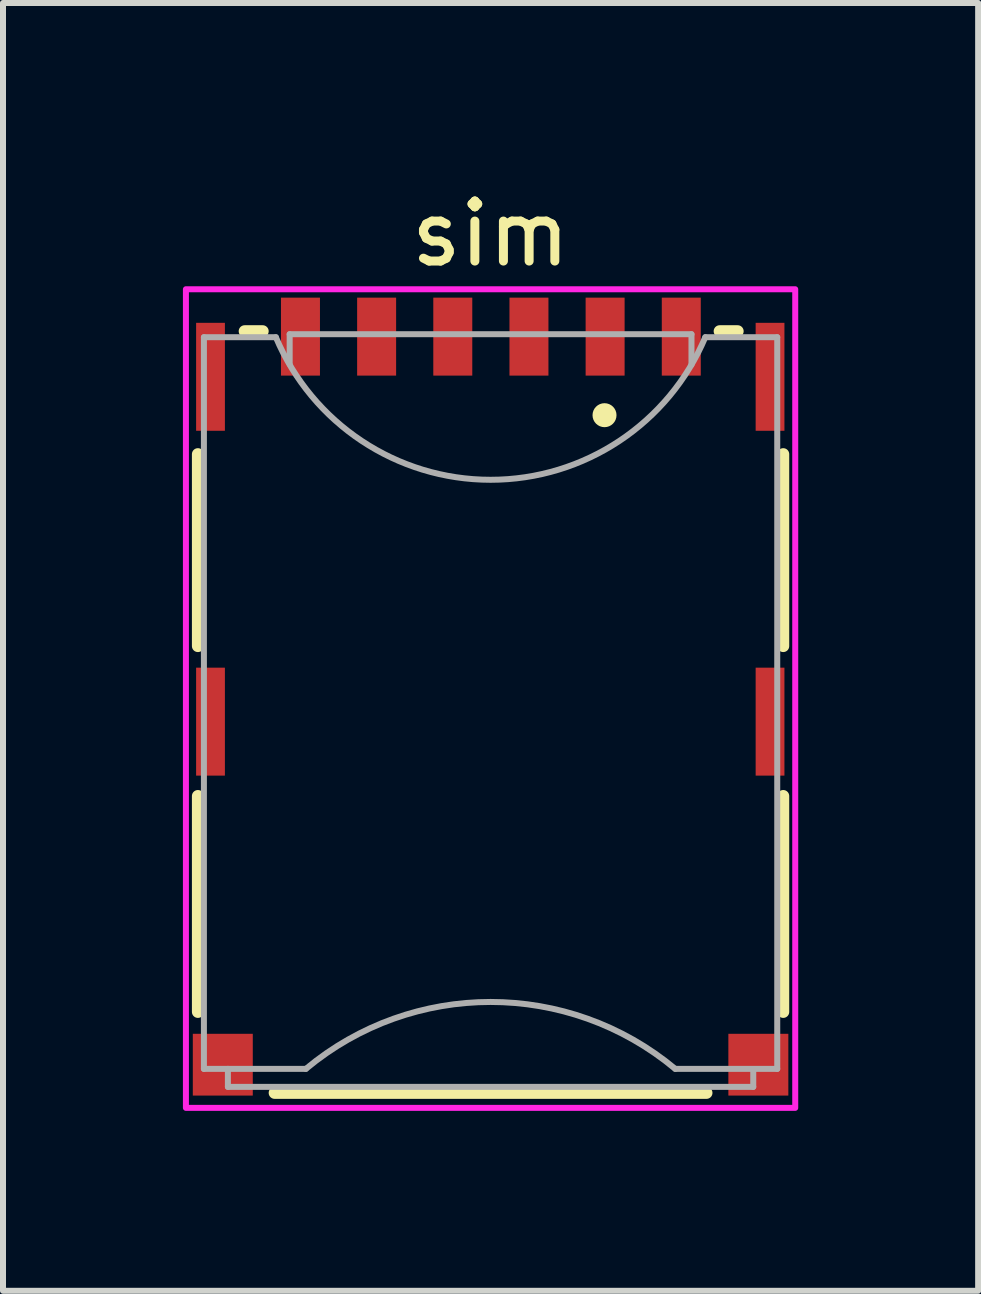
<source format=kicad_pcb>
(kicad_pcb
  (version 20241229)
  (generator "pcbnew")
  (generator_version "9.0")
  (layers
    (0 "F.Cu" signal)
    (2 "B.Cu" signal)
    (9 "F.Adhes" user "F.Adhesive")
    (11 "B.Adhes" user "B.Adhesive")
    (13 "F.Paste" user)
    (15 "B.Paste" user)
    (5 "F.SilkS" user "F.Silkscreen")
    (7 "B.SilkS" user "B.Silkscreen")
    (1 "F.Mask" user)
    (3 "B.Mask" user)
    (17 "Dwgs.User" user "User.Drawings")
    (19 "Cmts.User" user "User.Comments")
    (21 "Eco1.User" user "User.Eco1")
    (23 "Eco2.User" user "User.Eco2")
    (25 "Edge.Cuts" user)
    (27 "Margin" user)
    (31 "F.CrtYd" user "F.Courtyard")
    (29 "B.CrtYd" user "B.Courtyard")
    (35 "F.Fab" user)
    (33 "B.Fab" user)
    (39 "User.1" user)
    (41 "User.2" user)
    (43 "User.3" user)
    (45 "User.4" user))
  (footprint "sim"
    (layer "F.Cu")
    (at 5.13 8.983)
    (property "Reference" "sim" (at 0 -8.135 0) (layer "F.SilkS") (effects (font (size 1 1) (thickness 0.15))))
    (attr smd)
    (fp_line (start -4.88 -4.46) (end -4.88 -1.26) (stroke (width 0.2) (type solid)) (layer "F.SilkS"))
    (fp_line (start -4.88 1.24) (end -4.88 4.84) (stroke (width 0.2) (type solid)) (layer "F.SilkS"))
    (fp_line (start -4.1 -6.51) (end -3.8 -6.51) (stroke (width 0.2) (type solid)) (layer "F.SilkS"))
    (fp_line (start -3.6 6.19) (end 3.6 6.19) (stroke (width 0.2) (type solid)) (layer "F.SilkS"))
    (fp_line (start 3.82 -6.51) (end 4.12 -6.51) (stroke (width 0.2) (type solid)) (layer "F.SilkS"))
    (fp_line (start 4.88 -1.26) (end 4.88 -4.46) (stroke (width 0.2) (type solid)) (layer "F.SilkS"))
    (fp_line (start 4.88 4.84) (end 4.88 1.24) (stroke (width 0.2) (type solid)) (layer "F.SilkS"))
    (fp_circle (center 1.9 -5.11) (end 2 -5.11) (stroke (width 0.2) (type solid)) (fill no) (layer "F.SilkS"))
    (fp_poly (pts (xy -5.08 -7.21) (xy 5.08 -7.21) (xy 5.08 6.44) (xy -5.08 6.44)) (stroke (width 0.1) (type solid)) (fill no) (layer "F.CrtYd"))
    (fp_line (start -4.78 -6.41) (end -3.58 -6.41) (stroke (width 0.1) (type solid)) (layer "F.Fab"))
    (fp_line (start -4.78 5.79) (end -4.78 -6.41) (stroke (width 0.1) (type solid)) (layer "F.Fab"))
    (fp_line (start -4.78 5.79) (end -4.38 5.79) (stroke (width 0.1) (type solid)) (layer "F.Fab"))
    (fp_line (start -4.38 5.79) (end -4.38 6.09) (stroke (width 0.1) (type solid)) (layer "F.Fab"))
    (fp_line (start -4.38 5.79) (end -3.08 5.79) (stroke (width 0.1) (type solid)) (layer "F.Fab"))
    (fp_line (start -3.35 -6.46) (end 3.35 -6.46) (stroke (width 0.1) (type solid)) (layer "F.Fab"))
    (fp_line (start -3.35 -5.96) (end -3.35 -6.46) (stroke (width 0.1) (type solid)) (layer "F.Fab"))
    (fp_line (start 3.35 -6.46) (end 3.35 -5.95) (stroke (width 0.1) (type solid)) (layer "F.Fab"))
    (fp_line (start 4.38 5.8) (end 4.38 6.09) (stroke (width 0.1) (type solid)) (layer "F.Fab"))
    (fp_line (start 4.38 6.09) (end -4.38 6.09) (stroke (width 0.1) (type solid)) (layer "F.Fab"))
    (fp_line (start 4.78 -6.41) (end 3.58 -6.41) (stroke (width 0.1) (type solid)) (layer "F.Fab"))
    (fp_line (start 4.78 -6.41) (end 4.78 5.79) (stroke (width 0.1) (type solid)) (layer "F.Fab"))
    (fp_line (start 4.78 5.79) (end 3.08 5.79) (stroke (width 0.1) (type solid)) (layer "F.Fab"))
    (fp_arc (start -3.08 5.79) (mid 0 4.67397) (end 3.08 5.79) (stroke (width 0.1) (type solid)) (layer "F.Fab"))
    (fp_arc (start 3.58 -6.41) (mid 0 -4.032806) (end -3.58 -6.409999) (stroke (width 0.1) (type solid)) (layer "F.Fab"))
    (pad "C1" smd rect (at 1.91 -6.42) (size 0.65 1.3) (layers "F.Cu" "F.Mask" "F.Paste"))
    (pad "C2" smd rect (at -0.63 -6.42) (size 0.65 1.3) (layers "F.Cu" "F.Mask" "F.Paste"))
    (pad "C3" smd rect (at -1.9 -6.42) (size 0.65 1.3) (layers "F.Cu" "F.Mask" "F.Paste"))
    (pad "C5" smd rect (at 3.18 -6.42) (size 0.65 1.3) (layers "F.Cu" "F.Mask" "F.Paste"))
    (pad "C6" smd rect (at 0.64 -6.42) (size 0.65 1.3) (layers "F.Cu" "F.Mask" "F.Paste"))
    (pad "C7" smd rect (at -3.17 -6.42) (size 0.65 1.3) (layers "F.Cu" "F.Mask" "F.Paste"))
    (pad "S1" smd rect (at 4.465 5.72) (size 1 1.03) (layers "F.Cu" "F.Mask" "F.Paste"))
    (pad "S2" smd rect (at 4.66 0) (size 0.48 1.8) (layers "F.Cu" "F.Mask" "F.Paste"))
    (pad "S3" smd rect (at 4.66 -5.75) (size 0.48 1.8) (layers "F.Cu" "F.Mask" "F.Paste"))
    (pad "S4" smd rect (at -4.67 -5.75) (size 0.48 1.8) (layers "F.Cu" "F.Mask" "F.Paste"))
    (pad "S5" smd rect (at -4.67 0) (size 0.48 1.8) (layers "F.Cu" "F.Mask" "F.Paste"))
    (pad "S6" smd rect (at -4.465 5.72) (size 1 1.03) (layers "F.Cu" "F.Mask" "F.Paste")))
  (gr_rect
    (start -3 -3)
    (end 13.26 18.473)
    (stroke (width 0.1) (type default))
    (fill no)
    (layer "Edge.Cuts")))
</source>
